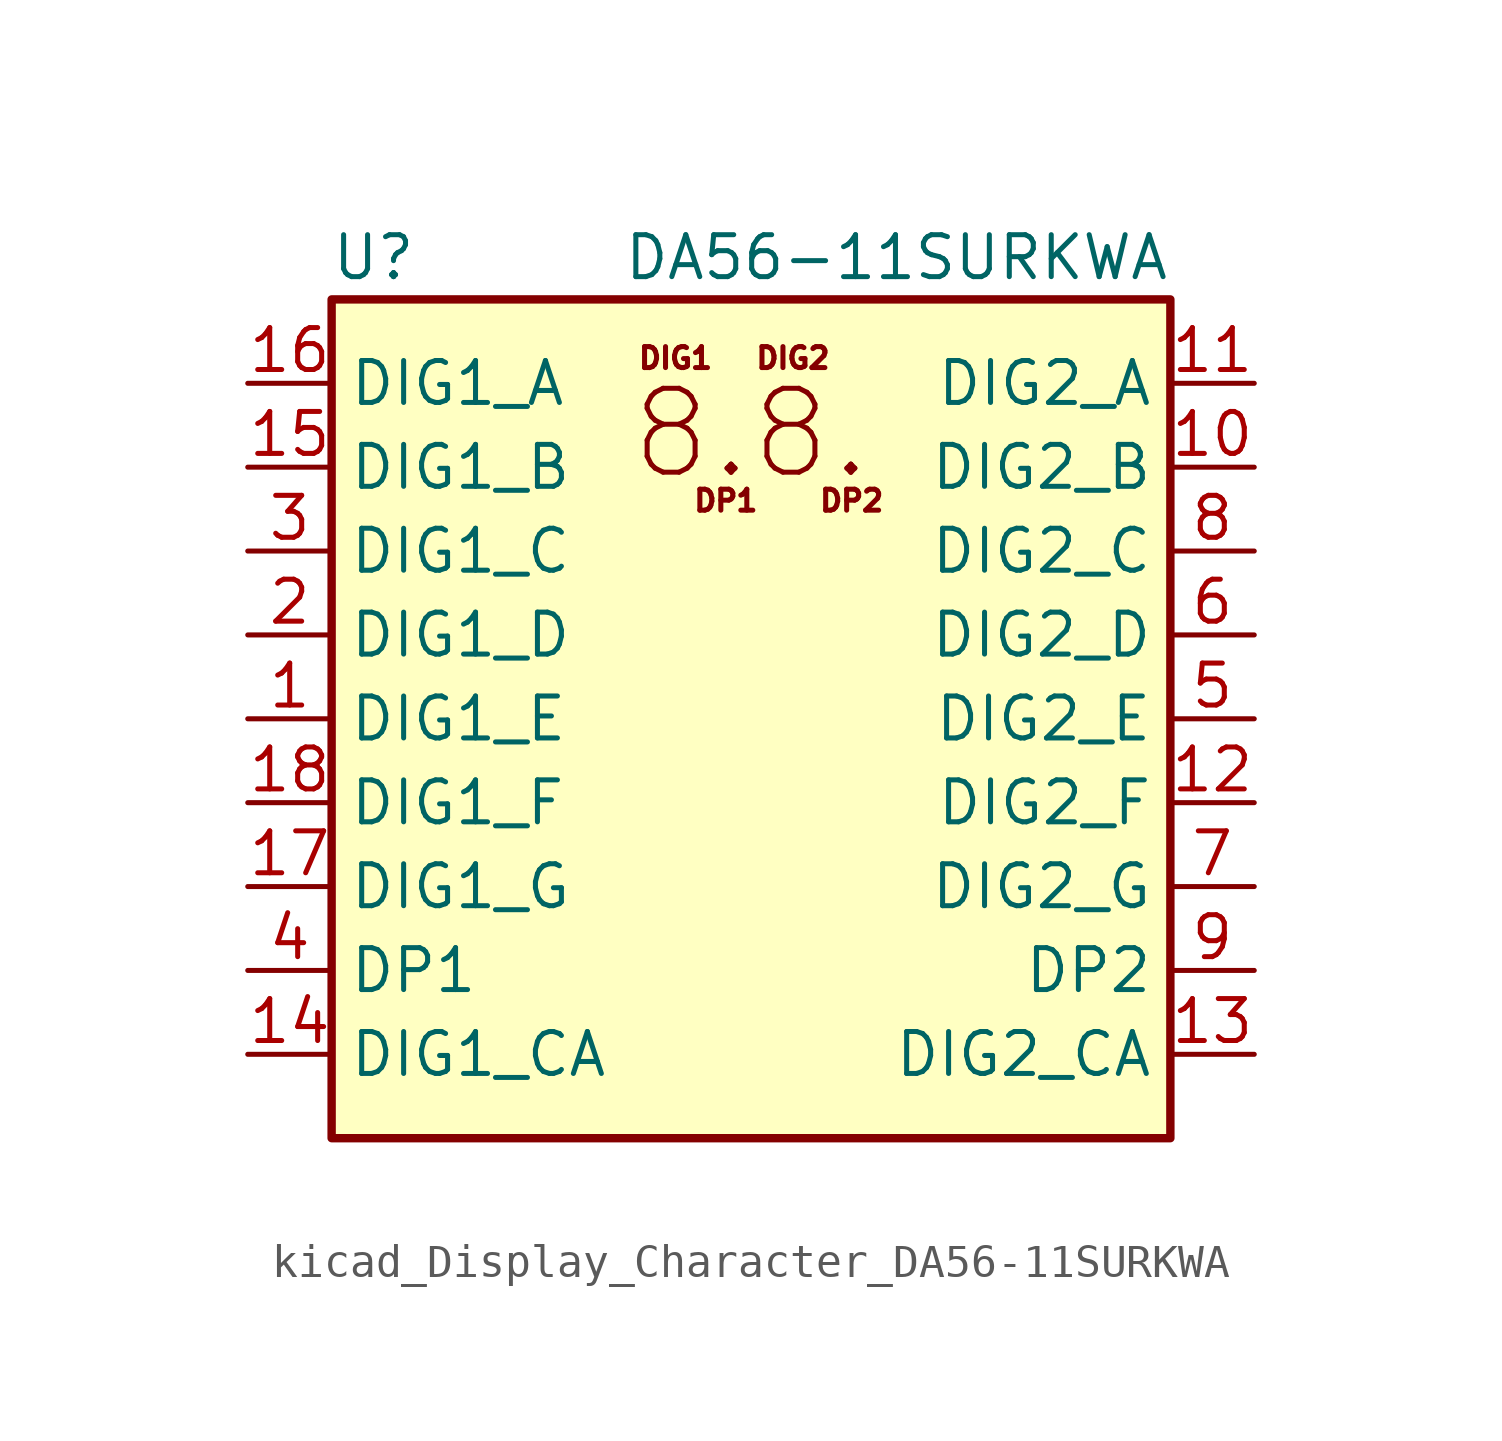
<source format=kicad_sym>
(kicad_symbol_lib
  (version 20220914)
  (generator kicad_symbol_editor)
  (symbol "kicad_Display_Character_DA56-11SURKWA"
    (property "Reference" "U"
      (at -11.43 13.97 0)
      (effects (font (size 1.27 1.27))))
    (property "Value" "DA56-11SURKWA"
      (at 12.7 13.97 0)
      (effects (font (size 1.27 1.27)) (justify right)))
    (symbol "kicad_Display_Character_DA56-11SURKWA_0_0"
      (text "8.8." (at 0 8.636 0) (effects (font (size 2.54 2.54))))
      (text "DIG1" (at -2.286 10.922 0) (effects (font (size 0.635 0.635))))
      (text "DIG2" (at 1.27 10.922 0) (effects (font (size 0.635 0.635))))
      (text "DP1" (at -0.762 6.604 0) (effects (font (size 0.635 0.635))))
      (text "DP2" (at 3.048 6.604 0) (effects (font (size 0.635 0.635)))))
    (symbol "kicad_Display_Character_DA56-11SURKWA_0_1"
      (rectangle (start -12.7 12.7) (end 12.7 -12.7) (stroke (width 0.254) (type default)) (fill (type background))))
    (symbol "kicad_Display_Character_DA56-11SURKWA_1_1"
      (pin input line (at -15.24 0 0) (length 2.54) (name "DIG1_E" (effects (font (size 1.27 1.27)))) (number "1" (effects (font (size 1.27 1.27)))))
      (pin input line (at 15.24 7.62 180) (length 2.54) (name "DIG2_B" (effects (font (size 1.27 1.27)))) (number "10" (effects (font (size 1.27 1.27)))))
      (pin input line (at 15.24 10.16 180) (length 2.54) (name "DIG2_A" (effects (font (size 1.27 1.27)))) (number "11" (effects (font (size 1.27 1.27)))))
      (pin input line (at 15.24 -2.54 180) (length 2.54) (name "DIG2_F" (effects (font (size 1.27 1.27)))) (number "12" (effects (font (size 1.27 1.27)))))
      (pin input line (at 15.24 -10.16 180) (length 2.54) (name "DIG2_CA" (effects (font (size 1.27 1.27)))) (number "13" (effects (font (size 1.27 1.27)))))
      (pin input line (at -15.24 -10.16 0) (length 2.54) (name "DIG1_CA" (effects (font (size 1.27 1.27)))) (number "14" (effects (font (size 1.27 1.27)))))
      (pin input line (at -15.24 7.62 0) (length 2.54) (name "DIG1_B" (effects (font (size 1.27 1.27)))) (number "15" (effects (font (size 1.27 1.27)))))
      (pin input line (at -15.24 10.16 0) (length 2.54) (name "DIG1_A" (effects (font (size 1.27 1.27)))) (number "16" (effects (font (size 1.27 1.27)))))
      (pin input line (at -15.24 -5.08 0) (length 2.54) (name "DIG1_G" (effects (font (size 1.27 1.27)))) (number "17" (effects (font (size 1.27 1.27)))))
      (pin input line (at -15.24 -2.54 0) (length 2.54) (name "DIG1_F" (effects (font (size 1.27 1.27)))) (number "18" (effects (font (size 1.27 1.27)))))
      (pin input line (at -15.24 2.54 0) (length 2.54) (name "DIG1_D" (effects (font (size 1.27 1.27)))) (number "2" (effects (font (size 1.27 1.27)))))
      (pin input line (at -15.24 5.08 0) (length 2.54) (name "DIG1_C" (effects (font (size 1.27 1.27)))) (number "3" (effects (font (size 1.27 1.27)))))
      (pin input line (at -15.24 -7.62 0) (length 2.54) (name "DP1" (effects (font (size 1.27 1.27)))) (number "4" (effects (font (size 1.27 1.27)))))
      (pin input line (at 15.24 0 180) (length 2.54) (name "DIG2_E" (effects (font (size 1.27 1.27)))) (number "5" (effects (font (size 1.27 1.27)))))
      (pin input line (at 15.24 2.54 180) (length 2.54) (name "DIG2_D" (effects (font (size 1.27 1.27)))) (number "6" (effects (font (size 1.27 1.27)))))
      (pin input line (at 15.24 -5.08 180) (length 2.54) (name "DIG2_G" (effects (font (size 1.27 1.27)))) (number "7" (effects (font (size 1.27 1.27)))))
      (pin input line (at 15.24 5.08 180) (length 2.54) (name "DIG2_C" (effects (font (size 1.27 1.27)))) (number "8" (effects (font (size 1.27 1.27)))))
      (pin input line (at 15.24 -7.62 180) (length 2.54) (name "DP2" (effects (font (size 1.27 1.27)))) (number "9" (effects (font (size 1.27 1.27))))))))
</source>
